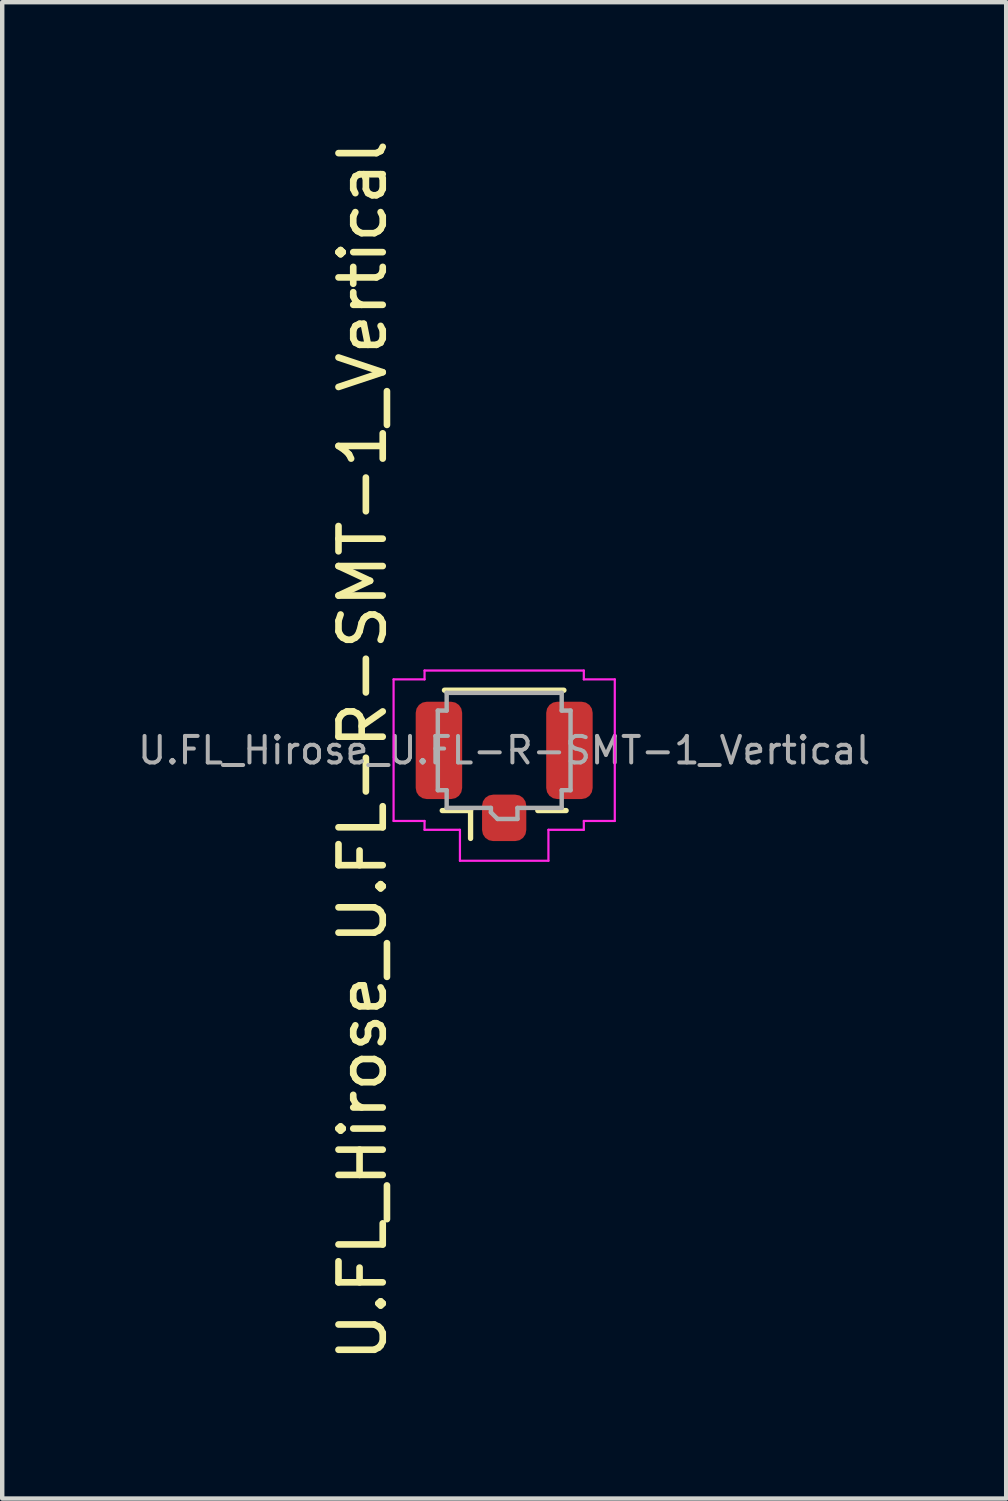
<source format=kicad_pcb>
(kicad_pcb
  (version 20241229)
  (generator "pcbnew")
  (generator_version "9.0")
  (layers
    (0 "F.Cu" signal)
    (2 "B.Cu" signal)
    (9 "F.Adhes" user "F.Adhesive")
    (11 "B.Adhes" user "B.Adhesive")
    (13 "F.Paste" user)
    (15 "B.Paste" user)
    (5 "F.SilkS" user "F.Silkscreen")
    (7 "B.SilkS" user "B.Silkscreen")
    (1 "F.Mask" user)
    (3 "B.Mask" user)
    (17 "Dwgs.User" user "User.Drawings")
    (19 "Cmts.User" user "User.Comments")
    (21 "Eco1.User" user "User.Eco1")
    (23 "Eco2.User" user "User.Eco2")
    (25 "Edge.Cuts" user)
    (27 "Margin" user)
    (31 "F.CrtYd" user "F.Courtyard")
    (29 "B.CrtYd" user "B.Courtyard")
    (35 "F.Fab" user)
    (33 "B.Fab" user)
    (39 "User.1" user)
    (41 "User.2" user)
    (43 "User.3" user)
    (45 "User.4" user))
  (footprint "U.FL_Hirose_U.FL-R-SMT-1_Vertical"
    (layer "F.Cu")
    (at 8.346 13.911)
    (property "Reference" "U.FL_Hirose_U.FL-R-SMT-1_Vertical" (at -3.2 0 90) (layer "F.SilkS") (effects (font (size 1 1) (thickness 0.15))))
    (attr smd)
    (fp_rect (start -0.94 -1.1) (end 0.94 0.99) (stroke (width 0) (type solid)) (fill yes) (layer "F.Mask"))
    (fp_line (start -1.4 1.36) (end -0.76 1.36) (stroke (width 0.12) (type solid)) (layer "F.SilkS"))
    (fp_line (start -1.35 -1.36) (end 1.35 -1.36) (stroke (width 0.12) (type solid)) (layer "F.SilkS"))
    (fp_line (start -0.76 1.36) (end -0.76 1.99) (stroke (width 0.12) (type solid)) (layer "F.SilkS"))
    (fp_line (start 1.4 1.36) (end 0.76 1.36) (stroke (width 0.12) (type solid)) (layer "F.SilkS"))
    (fp_line (start -2.5 -1.605) (end -2.5 1.595) (stroke (width 0.05) (type solid)) (layer "F.CrtYd"))
    (fp_line (start -1.8 -1.605) (end -2.5 -1.605) (stroke (width 0.05) (type solid)) (layer "F.CrtYd"))
    (fp_line (start -1.8 -1.605) (end -1.8 -1.805) (stroke (width 0.05) (type solid)) (layer "F.CrtYd"))
    (fp_line (start -1.8 1.595) (end -2.5 1.595) (stroke (width 0.05) (type solid)) (layer "F.CrtYd"))
    (fp_line (start -1.8 1.795) (end -1.8 1.595) (stroke (width 0.05) (type solid)) (layer "F.CrtYd"))
    (fp_line (start -1 1.795) (end -1.8 1.795) (stroke (width 0.05) (type solid)) (layer "F.CrtYd"))
    (fp_line (start -1 1.795) (end -1 2.495) (stroke (width 0.05) (type solid)) (layer "F.CrtYd"))
    (fp_line (start 1 1.795) (end 1 2.495) (stroke (width 0.05) (type solid)) (layer "F.CrtYd"))
    (fp_line (start 1 2.495) (end -1 2.495) (stroke (width 0.05) (type solid)) (layer "F.CrtYd"))
    (fp_line (start 1.8 -1.805) (end -1.8 -1.805) (stroke (width 0.05) (type solid)) (layer "F.CrtYd"))
    (fp_line (start 1.8 -1.605) (end 1.8 -1.805) (stroke (width 0.05) (type solid)) (layer "F.CrtYd"))
    (fp_line (start 1.8 1.795) (end 1 1.795) (stroke (width 0.05) (type solid)) (layer "F.CrtYd"))
    (fp_line (start 1.8 1.795) (end 1.8 1.595) (stroke (width 0.05) (type solid)) (layer "F.CrtYd"))
    (fp_line (start 2.5 -1.605) (end 1.8 -1.605) (stroke (width 0.05) (type solid)) (layer "F.CrtYd"))
    (fp_line (start 2.5 -1.605) (end 2.5 1.595) (stroke (width 0.05) (type solid)) (layer "F.CrtYd"))
    (fp_line (start 2.5 1.595) (end 1.8 1.595) (stroke (width 0.05) (type solid)) (layer "F.CrtYd"))
    (fp_line (start -1.5 -0.9) (end -1.3 -0.9) (stroke (width 0.1) (type solid)) (layer "F.Fab"))
    (fp_line (start -1.5 0.9) (end -1.5 -0.9) (stroke (width 0.1) (type solid)) (layer "F.Fab"))
    (fp_line (start -1.5 0.9) (end -1.3 0.9) (stroke (width 0.1) (type solid)) (layer "F.Fab"))
    (fp_line (start -1.3 -1.3) (end -1.3 -0.9) (stroke (width 0.1) (type solid)) (layer "F.Fab"))
    (fp_line (start -1.3 -1.3) (end 1.3 -1.3) (stroke (width 0.1) (type solid)) (layer "F.Fab"))
    (fp_line (start -1.3 0.9) (end -1.3 1.3) (stroke (width 0.1) (type solid)) (layer "F.Fab"))
    (fp_line (start -0.3 1.3) (end -1.3 1.3) (stroke (width 0.1) (type solid)) (layer "F.Fab"))
    (fp_line (start -0.3 1.4) (end -0.3 1.3) (stroke (width 0.1) (type solid)) (layer "F.Fab"))
    (fp_line (start -0.3 1.4) (end -0.15 1.55) (stroke (width 0.1) (type solid)) (layer "F.Fab"))
    (fp_line (start 0.3 1.3) (end 1.3 1.3) (stroke (width 0.1) (type solid)) (layer "F.Fab"))
    (fp_line (start 0.3 1.55) (end -0.15 1.55) (stroke (width 0.1) (type solid)) (layer "F.Fab"))
    (fp_line (start 0.3 1.55) (end 0.3 1.3) (stroke (width 0.1) (type solid)) (layer "F.Fab"))
    (fp_line (start 1.3 -1.3) (end 1.3 -0.9) (stroke (width 0.1) (type solid)) (layer "F.Fab"))
    (fp_line (start 1.3 0.9) (end 1.3 1.3) (stroke (width 0.1) (type solid)) (layer "F.Fab"))
    (fp_line (start 1.5 -0.9) (end 1.3 -0.9) (stroke (width 0.1) (type solid)) (layer "F.Fab"))
    (fp_line (start 1.5 0.9) (end 1.3 0.9) (stroke (width 0.1) (type solid)) (layer "F.Fab"))
    (fp_line (start 1.5 0.9) (end 1.5 -0.9) (stroke (width 0.1) (type solid)) (layer "F.Fab"))
    (fp_text user "${REFERENCE}" (at 0 0 180) (layer "F.Fab") (effects (font (size 0.6 0.6) (thickness 0.09))))
    (pad "1" smd roundrect (at 0 1.525 90) (size 1.05 1) (layers "F.Cu" "F.Mask" "F.Paste") (roundrect_rratio 0.25))
    (pad "2" smd roundrect (at -1.475 0 90) (size 2.2 1.05) (layers "F.Cu" "F.Mask" "F.Paste") (roundrect_rratio 0.238))
    (pad "2" smd roundrect (at 1.475 0 90) (size 2.2 1.05) (layers "F.Cu" "F.Mask" "F.Paste") (roundrect_rratio 0.238))
    (zone (net_name "") (layers "F.Cu" "B.Cu") (hatch edge 0.5) (connect_pads) (min_thickness 0.25) (filled_areas_thickness no) (keepout (tracks not_allowed) (vias not_allowed) (pads not_allowed) (copperpour not_allowed) (footprints allowed)) (placement (enabled no)) (fill) (polygon (pts (xy 7.396 12.811) (xy 7.396 14.901) (xy 9.296 14.901) (xy 9.296 12.811)))))
  (gr_rect
    (start -3 -3)
    (end 19.693 30.821)
    (stroke (width 0.1) (type default))
    (fill no)
    (layer "Edge.Cuts")))
</source>
